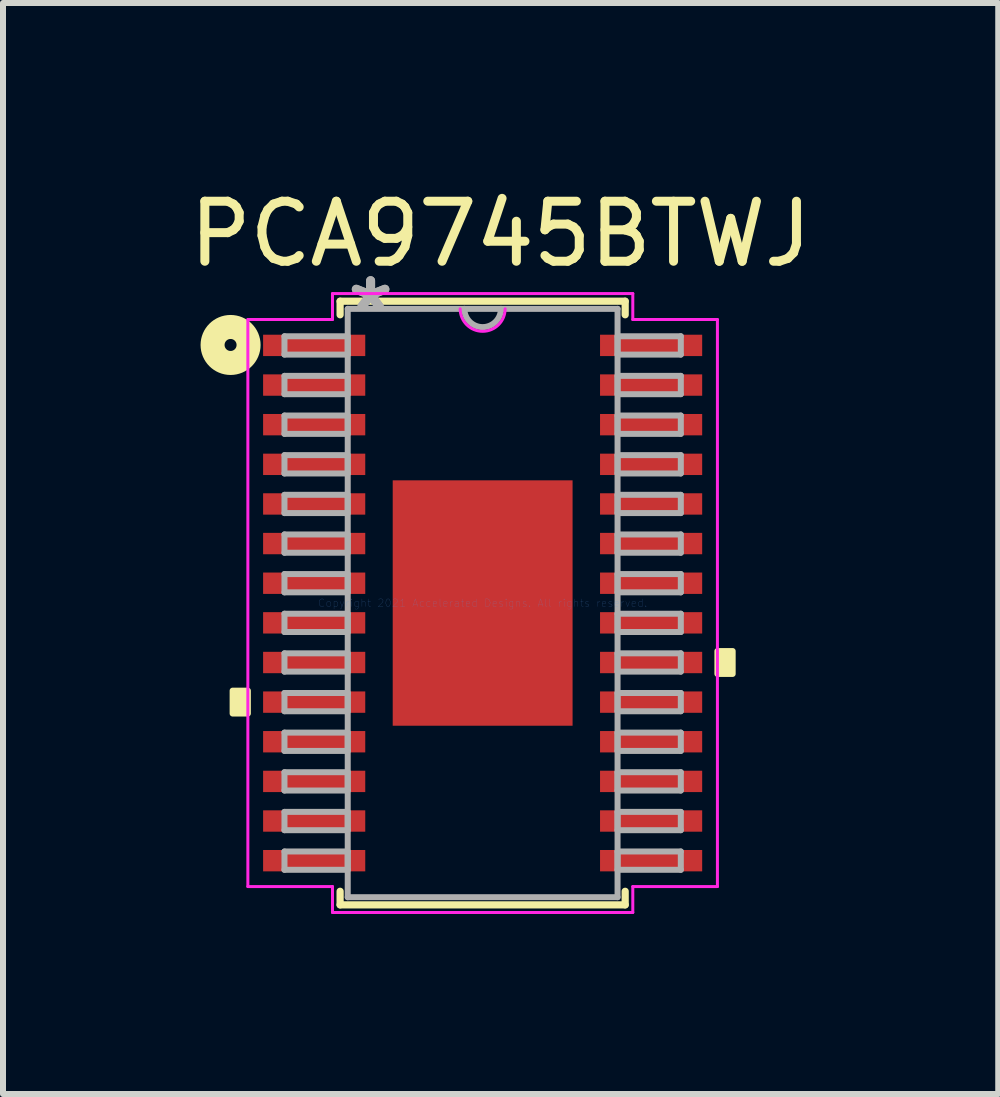
<source format=kicad_pcb>
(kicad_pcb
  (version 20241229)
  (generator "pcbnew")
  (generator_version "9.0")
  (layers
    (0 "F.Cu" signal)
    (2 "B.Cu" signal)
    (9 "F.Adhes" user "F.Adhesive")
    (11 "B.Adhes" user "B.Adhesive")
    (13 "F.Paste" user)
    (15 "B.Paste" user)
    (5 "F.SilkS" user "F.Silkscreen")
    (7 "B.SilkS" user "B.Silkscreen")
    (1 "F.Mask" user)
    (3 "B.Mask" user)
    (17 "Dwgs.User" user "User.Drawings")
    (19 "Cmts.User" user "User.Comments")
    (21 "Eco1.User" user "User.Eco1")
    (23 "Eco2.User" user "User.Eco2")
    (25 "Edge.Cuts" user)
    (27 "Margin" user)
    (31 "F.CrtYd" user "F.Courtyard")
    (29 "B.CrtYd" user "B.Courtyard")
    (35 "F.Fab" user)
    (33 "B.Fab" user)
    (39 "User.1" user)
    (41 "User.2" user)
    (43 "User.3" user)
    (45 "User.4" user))
  (footprint "PCA9745BTWJ"
    (layer "F.Cu")
    (at 4.992 6.998)
    (property "Reference" "PCA9745BTWJ" (at 0.3 -6.15 0) (layer "F.SilkS") (effects (font (size 1 1) (thickness 0.15))))
    (attr through_hole)
    (fp_line (start -2.375 -5.029) (end -2.375 -4.803) (stroke (width 0.12) (type solid)) (layer "F.SilkS"))
    (fp_line (start -2.375 4.803) (end -2.375 5.029) (stroke (width 0.12) (type solid)) (layer "F.SilkS"))
    (fp_line (start -2.375 5.029) (end 2.375 5.029) (stroke (width 0.12) (type solid)) (layer "F.SilkS"))
    (fp_line (start 2.375 -5.029) (end -2.375 -5.029) (stroke (width 0.12) (type solid)) (layer "F.SilkS"))
    (fp_line (start 2.375 -4.803) (end 2.375 -5.029) (stroke (width 0.12) (type solid)) (layer "F.SilkS"))
    (fp_line (start 2.375 5.029) (end 2.375 4.803) (stroke (width 0.12) (type solid)) (layer "F.SilkS"))
    (fp_circle (center -4.2 -4.3) (end -4.1 -4.3) (stroke (width 0.4) (type solid)) (fill no) (layer "F.SilkS"))
    (fp_poly (pts (xy -4.166 1.46) (xy -4.166 1.841) (xy -3.912 1.841) (xy -3.912 1.46)) (stroke (width 0.1) (type solid)) (fill yes) (layer "F.SilkS"))
    (fp_poly (pts (xy 4.166 0.8) (xy 4.166 1.181) (xy 3.912 1.181) (xy 3.912 0.8)) (stroke (width 0.1) (type solid)) (fill yes) (layer "F.SilkS"))
    (fp_poly (pts (xy -1.399 -1.945) (xy -1.399 -0.782) (xy -0.1 -0.782) (xy -0.1 -1.945)) (stroke (width 0.1) (type solid)) (fill yes) (layer "F.Paste"))
    (fp_poly (pts (xy -1.399 -0.582) (xy -1.399 0.582) (xy -0.1 0.582) (xy -0.1 -0.582)) (stroke (width 0.1) (type solid)) (fill yes) (layer "F.Paste"))
    (fp_poly (pts (xy -1.399 0.782) (xy -1.399 1.945) (xy -0.1 1.945) (xy -0.1 0.782)) (stroke (width 0.1) (type solid)) (fill yes) (layer "F.Paste"))
    (fp_poly (pts (xy 0.1 -1.945) (xy 0.1 -0.782) (xy 1.399 -0.782) (xy 1.399 -1.945)) (stroke (width 0.1) (type solid)) (fill yes) (layer "F.Paste"))
    (fp_poly (pts (xy 0.1 -0.582) (xy 0.1 0.582) (xy 1.399 0.582) (xy 1.399 -0.582)) (stroke (width 0.1) (type solid)) (fill yes) (layer "F.Paste"))
    (fp_poly (pts (xy 0.1 0.782) (xy 0.1 1.945) (xy 1.399 1.945) (xy 1.399 0.782)) (stroke (width 0.1) (type solid)) (fill yes) (layer "F.Paste"))
    (fp_line (start -3.912 -4.724) (end -2.502 -4.724) (stroke (width 0.05) (type solid)) (layer "F.CrtYd"))
    (fp_line (start -3.912 4.724) (end -3.912 -4.724) (stroke (width 0.05) (type solid)) (layer "F.CrtYd"))
    (fp_line (start -2.502 -5.156) (end 2.502 -5.156) (stroke (width 0.05) (type solid)) (layer "F.CrtYd"))
    (fp_line (start -2.502 -4.724) (end -2.502 -5.156) (stroke (width 0.05) (type solid)) (layer "F.CrtYd"))
    (fp_line (start -2.502 4.724) (end -3.912 4.724) (stroke (width 0.05) (type solid)) (layer "F.CrtYd"))
    (fp_line (start -2.502 5.156) (end -2.502 4.724) (stroke (width 0.05) (type solid)) (layer "F.CrtYd"))
    (fp_line (start 2.502 -5.156) (end 2.502 -4.724) (stroke (width 0.05) (type solid)) (layer "F.CrtYd"))
    (fp_line (start 2.502 -4.724) (end 3.912 -4.724) (stroke (width 0.05) (type solid)) (layer "F.CrtYd"))
    (fp_line (start 2.502 4.724) (end 2.502 5.156) (stroke (width 0.05) (type solid)) (layer "F.CrtYd"))
    (fp_line (start 2.502 5.156) (end -2.502 5.156) (stroke (width 0.05) (type solid)) (layer "F.CrtYd"))
    (fp_line (start 3.912 -4.724) (end 3.912 4.724) (stroke (width 0.05) (type solid)) (layer "F.CrtYd"))
    (fp_line (start 3.912 4.724) (end 2.502 4.724) (stroke (width 0.05) (type solid)) (layer "F.CrtYd"))
    (fp_arc (start 0.37465 -4.9022) (mid 0 -4.52755) (end -0.37465 -4.9022) (stroke (width 0.05) (type solid)) (layer "F.CrtYd"))
    (fp_line (start -3.302 -4.445) (end -3.302 -4.14) (stroke (width 0.1) (type solid)) (layer "F.Fab"))
    (fp_line (start -3.302 -4.14) (end -2.248 -4.14) (stroke (width 0.1) (type solid)) (layer "F.Fab"))
    (fp_line (start -3.302 -3.785) (end -3.302 -3.48) (stroke (width 0.1) (type solid)) (layer "F.Fab"))
    (fp_line (start -3.302 -3.48) (end -2.248 -3.48) (stroke (width 0.1) (type solid)) (layer "F.Fab"))
    (fp_line (start -3.302 -3.124) (end -3.302 -2.819) (stroke (width 0.1) (type solid)) (layer "F.Fab"))
    (fp_line (start -3.302 -2.819) (end -2.248 -2.819) (stroke (width 0.1) (type solid)) (layer "F.Fab"))
    (fp_line (start -3.302 -2.464) (end -3.302 -2.159) (stroke (width 0.1) (type solid)) (layer "F.Fab"))
    (fp_line (start -3.302 -2.159) (end -2.248 -2.159) (stroke (width 0.1) (type solid)) (layer "F.Fab"))
    (fp_line (start -3.302 -1.803) (end -3.302 -1.499) (stroke (width 0.1) (type solid)) (layer "F.Fab"))
    (fp_line (start -3.302 -1.499) (end -2.248 -1.499) (stroke (width 0.1) (type solid)) (layer "F.Fab"))
    (fp_line (start -3.302 -1.143) (end -3.302 -0.838) (stroke (width 0.1) (type solid)) (layer "F.Fab"))
    (fp_line (start -3.302 -0.838) (end -2.248 -0.838) (stroke (width 0.1) (type solid)) (layer "F.Fab"))
    (fp_line (start -3.302 -0.483) (end -3.302 -0.178) (stroke (width 0.1) (type solid)) (layer "F.Fab"))
    (fp_line (start -3.302 -0.178) (end -2.248 -0.178) (stroke (width 0.1) (type solid)) (layer "F.Fab"))
    (fp_line (start -3.302 0.178) (end -3.302 0.483) (stroke (width 0.1) (type solid)) (layer "F.Fab"))
    (fp_line (start -3.302 0.483) (end -2.248 0.483) (stroke (width 0.1) (type solid)) (layer "F.Fab"))
    (fp_line (start -3.302 0.838) (end -3.302 1.143) (stroke (width 0.1) (type solid)) (layer "F.Fab"))
    (fp_line (start -3.302 1.143) (end -2.248 1.143) (stroke (width 0.1) (type solid)) (layer "F.Fab"))
    (fp_line (start -3.302 1.499) (end -3.302 1.803) (stroke (width 0.1) (type solid)) (layer "F.Fab"))
    (fp_line (start -3.302 1.803) (end -2.248 1.803) (stroke (width 0.1) (type solid)) (layer "F.Fab"))
    (fp_line (start -3.302 2.159) (end -3.302 2.464) (stroke (width 0.1) (type solid)) (layer "F.Fab"))
    (fp_line (start -3.302 2.464) (end -2.248 2.464) (stroke (width 0.1) (type solid)) (layer "F.Fab"))
    (fp_line (start -3.302 2.819) (end -3.302 3.124) (stroke (width 0.1) (type solid)) (layer "F.Fab"))
    (fp_line (start -3.302 3.124) (end -2.248 3.124) (stroke (width 0.1) (type solid)) (layer "F.Fab"))
    (fp_line (start -3.302 3.48) (end -3.302 3.785) (stroke (width 0.1) (type solid)) (layer "F.Fab"))
    (fp_line (start -3.302 3.785) (end -2.248 3.785) (stroke (width 0.1) (type solid)) (layer "F.Fab"))
    (fp_line (start -3.302 4.14) (end -3.302 4.445) (stroke (width 0.1) (type solid)) (layer "F.Fab"))
    (fp_line (start -3.302 4.445) (end -2.248 4.445) (stroke (width 0.1) (type solid)) (layer "F.Fab"))
    (fp_line (start -2.248 -4.902) (end -2.248 4.902) (stroke (width 0.1) (type solid)) (layer "F.Fab"))
    (fp_line (start -2.248 -4.445) (end -3.302 -4.445) (stroke (width 0.1) (type solid)) (layer "F.Fab"))
    (fp_line (start -2.248 -4.14) (end -2.248 -4.445) (stroke (width 0.1) (type solid)) (layer "F.Fab"))
    (fp_line (start -2.248 -3.785) (end -3.302 -3.785) (stroke (width 0.1) (type solid)) (layer "F.Fab"))
    (fp_line (start -2.248 -3.48) (end -2.248 -3.785) (stroke (width 0.1) (type solid)) (layer "F.Fab"))
    (fp_line (start -2.248 -3.124) (end -3.302 -3.124) (stroke (width 0.1) (type solid)) (layer "F.Fab"))
    (fp_line (start -2.248 -2.819) (end -2.248 -3.124) (stroke (width 0.1) (type solid)) (layer "F.Fab"))
    (fp_line (start -2.248 -2.464) (end -3.302 -2.464) (stroke (width 0.1) (type solid)) (layer "F.Fab"))
    (fp_line (start -2.248 -2.159) (end -2.248 -2.464) (stroke (width 0.1) (type solid)) (layer "F.Fab"))
    (fp_line (start -2.248 -1.803) (end -3.302 -1.803) (stroke (width 0.1) (type solid)) (layer "F.Fab"))
    (fp_line (start -2.248 -1.499) (end -2.248 -1.803) (stroke (width 0.1) (type solid)) (layer "F.Fab"))
    (fp_line (start -2.248 -1.143) (end -3.302 -1.143) (stroke (width 0.1) (type solid)) (layer "F.Fab"))
    (fp_line (start -2.248 -0.838) (end -2.248 -1.143) (stroke (width 0.1) (type solid)) (layer "F.Fab"))
    (fp_line (start -2.248 -0.483) (end -3.302 -0.483) (stroke (width 0.1) (type solid)) (layer "F.Fab"))
    (fp_line (start -2.248 -0.178) (end -2.248 -0.483) (stroke (width 0.1) (type solid)) (layer "F.Fab"))
    (fp_line (start -2.248 0.178) (end -3.302 0.178) (stroke (width 0.1) (type solid)) (layer "F.Fab"))
    (fp_line (start -2.248 0.483) (end -2.248 0.178) (stroke (width 0.1) (type solid)) (layer "F.Fab"))
    (fp_line (start -2.248 0.838) (end -3.302 0.838) (stroke (width 0.1) (type solid)) (layer "F.Fab"))
    (fp_line (start -2.248 1.143) (end -2.248 0.838) (stroke (width 0.1) (type solid)) (layer "F.Fab"))
    (fp_line (start -2.248 1.499) (end -3.302 1.499) (stroke (width 0.1) (type solid)) (layer "F.Fab"))
    (fp_line (start -2.248 1.803) (end -2.248 1.499) (stroke (width 0.1) (type solid)) (layer "F.Fab"))
    (fp_line (start -2.248 2.159) (end -3.302 2.159) (stroke (width 0.1) (type solid)) (layer "F.Fab"))
    (fp_line (start -2.248 2.464) (end -2.248 2.159) (stroke (width 0.1) (type solid)) (layer "F.Fab"))
    (fp_line (start -2.248 2.819) (end -3.302 2.819) (stroke (width 0.1) (type solid)) (layer "F.Fab"))
    (fp_line (start -2.248 3.124) (end -2.248 2.819) (stroke (width 0.1) (type solid)) (layer "F.Fab"))
    (fp_line (start -2.248 3.48) (end -3.302 3.48) (stroke (width 0.1) (type solid)) (layer "F.Fab"))
    (fp_line (start -2.248 3.785) (end -2.248 3.48) (stroke (width 0.1) (type solid)) (layer "F.Fab"))
    (fp_line (start -2.248 4.14) (end -3.302 4.14) (stroke (width 0.1) (type solid)) (layer "F.Fab"))
    (fp_line (start -2.248 4.445) (end -2.248 4.14) (stroke (width 0.1) (type solid)) (layer "F.Fab"))
    (fp_line (start -2.248 4.902) (end 2.248 4.902) (stroke (width 0.1) (type solid)) (layer "F.Fab"))
    (fp_line (start 2.248 -4.902) (end -2.248 -4.902) (stroke (width 0.1) (type solid)) (layer "F.Fab"))
    (fp_line (start 2.248 -4.445) (end 2.248 -4.14) (stroke (width 0.1) (type solid)) (layer "F.Fab"))
    (fp_line (start 2.248 -4.14) (end 3.302 -4.14) (stroke (width 0.1) (type solid)) (layer "F.Fab"))
    (fp_line (start 2.248 -3.785) (end 2.248 -3.48) (stroke (width 0.1) (type solid)) (layer "F.Fab"))
    (fp_line (start 2.248 -3.48) (end 3.302 -3.48) (stroke (width 0.1) (type solid)) (layer "F.Fab"))
    (fp_line (start 2.248 -3.124) (end 2.248 -2.819) (stroke (width 0.1) (type solid)) (layer "F.Fab"))
    (fp_line (start 2.248 -2.819) (end 3.302 -2.819) (stroke (width 0.1) (type solid)) (layer "F.Fab"))
    (fp_line (start 2.248 -2.464) (end 2.248 -2.159) (stroke (width 0.1) (type solid)) (layer "F.Fab"))
    (fp_line (start 2.248 -2.159) (end 3.302 -2.159) (stroke (width 0.1) (type solid)) (layer "F.Fab"))
    (fp_line (start 2.248 -1.803) (end 2.248 -1.499) (stroke (width 0.1) (type solid)) (layer "F.Fab"))
    (fp_line (start 2.248 -1.499) (end 3.302 -1.499) (stroke (width 0.1) (type solid)) (layer "F.Fab"))
    (fp_line (start 2.248 -1.143) (end 2.248 -0.838) (stroke (width 0.1) (type solid)) (layer "F.Fab"))
    (fp_line (start 2.248 -0.838) (end 3.302 -0.838) (stroke (width 0.1) (type solid)) (layer "F.Fab"))
    (fp_line (start 2.248 -0.483) (end 2.248 -0.178) (stroke (width 0.1) (type solid)) (layer "F.Fab"))
    (fp_line (start 2.248 -0.178) (end 3.302 -0.178) (stroke (width 0.1) (type solid)) (layer "F.Fab"))
    (fp_line (start 2.248 0.178) (end 2.248 0.483) (stroke (width 0.1) (type solid)) (layer "F.Fab"))
    (fp_line (start 2.248 0.483) (end 3.302 0.483) (stroke (width 0.1) (type solid)) (layer "F.Fab"))
    (fp_line (start 2.248 0.838) (end 2.248 1.143) (stroke (width 0.1) (type solid)) (layer "F.Fab"))
    (fp_line (start 2.248 1.143) (end 3.302 1.143) (stroke (width 0.1) (type solid)) (layer "F.Fab"))
    (fp_line (start 2.248 1.499) (end 2.248 1.803) (stroke (width 0.1) (type solid)) (layer "F.Fab"))
    (fp_line (start 2.248 1.803) (end 3.302 1.803) (stroke (width 0.1) (type solid)) (layer "F.Fab"))
    (fp_line (start 2.248 2.159) (end 2.248 2.464) (stroke (width 0.1) (type solid)) (layer "F.Fab"))
    (fp_line (start 2.248 2.464) (end 3.302 2.464) (stroke (width 0.1) (type solid)) (layer "F.Fab"))
    (fp_line (start 2.248 2.819) (end 2.248 3.124) (stroke (width 0.1) (type solid)) (layer "F.Fab"))
    (fp_line (start 2.248 3.124) (end 3.302 3.124) (stroke (width 0.1) (type solid)) (layer "F.Fab"))
    (fp_line (start 2.248 3.48) (end 2.248 3.785) (stroke (width 0.1) (type solid)) (layer "F.Fab"))
    (fp_line (start 2.248 3.785) (end 3.302 3.785) (stroke (width 0.1) (type solid)) (layer "F.Fab"))
    (fp_line (start 2.248 4.14) (end 2.248 4.445) (stroke (width 0.1) (type solid)) (layer "F.Fab"))
    (fp_line (start 2.248 4.445) (end 3.302 4.445) (stroke (width 0.1) (type solid)) (layer "F.Fab"))
    (fp_line (start 2.248 4.902) (end 2.248 -4.902) (stroke (width 0.1) (type solid)) (layer "F.Fab"))
    (fp_line (start 3.302 -4.445) (end 2.248 -4.445) (stroke (width 0.1) (type solid)) (layer "F.Fab"))
    (fp_line (start 3.302 -4.14) (end 3.302 -4.445) (stroke (width 0.1) (type solid)) (layer "F.Fab"))
    (fp_line (start 3.302 -3.785) (end 2.248 -3.785) (stroke (width 0.1) (type solid)) (layer "F.Fab"))
    (fp_line (start 3.302 -3.48) (end 3.302 -3.785) (stroke (width 0.1) (type solid)) (layer "F.Fab"))
    (fp_line (start 3.302 -3.124) (end 2.248 -3.124) (stroke (width 0.1) (type solid)) (layer "F.Fab"))
    (fp_line (start 3.302 -2.819) (end 3.302 -3.124) (stroke (width 0.1) (type solid)) (layer "F.Fab"))
    (fp_line (start 3.302 -2.464) (end 2.248 -2.464) (stroke (width 0.1) (type solid)) (layer "F.Fab"))
    (fp_line (start 3.302 -2.159) (end 3.302 -2.464) (stroke (width 0.1) (type solid)) (layer "F.Fab"))
    (fp_line (start 3.302 -1.803) (end 2.248 -1.803) (stroke (width 0.1) (type solid)) (layer "F.Fab"))
    (fp_line (start 3.302 -1.499) (end 3.302 -1.803) (stroke (width 0.1) (type solid)) (layer "F.Fab"))
    (fp_line (start 3.302 -1.143) (end 2.248 -1.143) (stroke (width 0.1) (type solid)) (layer "F.Fab"))
    (fp_line (start 3.302 -0.838) (end 3.302 -1.143) (stroke (width 0.1) (type solid)) (layer "F.Fab"))
    (fp_line (start 3.302 -0.483) (end 2.248 -0.483) (stroke (width 0.1) (type solid)) (layer "F.Fab"))
    (fp_line (start 3.302 -0.178) (end 3.302 -0.483) (stroke (width 0.1) (type solid)) (layer "F.Fab"))
    (fp_line (start 3.302 0.178) (end 2.248 0.178) (stroke (width 0.1) (type solid)) (layer "F.Fab"))
    (fp_line (start 3.302 0.483) (end 3.302 0.178) (stroke (width 0.1) (type solid)) (layer "F.Fab"))
    (fp_line (start 3.302 0.838) (end 2.248 0.838) (stroke (width 0.1) (type solid)) (layer "F.Fab"))
    (fp_line (start 3.302 1.143) (end 3.302 0.838) (stroke (width 0.1) (type solid)) (layer "F.Fab"))
    (fp_line (start 3.302 1.499) (end 2.248 1.499) (stroke (width 0.1) (type solid)) (layer "F.Fab"))
    (fp_line (start 3.302 1.803) (end 3.302 1.499) (stroke (width 0.1) (type solid)) (layer "F.Fab"))
    (fp_line (start 3.302 2.159) (end 2.248 2.159) (stroke (width 0.1) (type solid)) (layer "F.Fab"))
    (fp_line (start 3.302 2.464) (end 3.302 2.159) (stroke (width 0.1) (type solid)) (layer "F.Fab"))
    (fp_line (start 3.302 2.819) (end 2.248 2.819) (stroke (width 0.1) (type solid)) (layer "F.Fab"))
    (fp_line (start 3.302 3.124) (end 3.302 2.819) (stroke (width 0.1) (type solid)) (layer "F.Fab"))
    (fp_line (start 3.302 3.48) (end 2.248 3.48) (stroke (width 0.1) (type solid)) (layer "F.Fab"))
    (fp_line (start 3.302 3.785) (end 3.302 3.48) (stroke (width 0.1) (type solid)) (layer "F.Fab"))
    (fp_line (start 3.302 4.14) (end 2.248 4.14) (stroke (width 0.1) (type solid)) (layer "F.Fab"))
    (fp_line (start 3.302 4.445) (end 3.302 4.14) (stroke (width 0.1) (type solid)) (layer "F.Fab"))
    (fp_arc (start 0.3048 -4.9022) (mid 0 -4.5974) (end -0.3048 -4.9022) (stroke (width 0.1) (type solid)) (layer "F.Fab"))
    (fp_text user "Copyright 2021 Accelerated Designs. All rights reserved." (at 0 0 0) (layer "Cmts.User") (effects (font (size 0.127 0.127) (thickness 0.002))))
    (fp_text user "*" (at -1.867 -4.826 0) (layer "F.Fab") (effects (font (size 1 1) (thickness 0.15))))
    (fp_text user "*" (at -1.867 -4.826 0) (layer "F.Fab") (effects (font (size 1 1) (thickness 0.15))))
    (pad "1" smd rect (at -2.807 -4.293) (size 1.702 0.356) (layers "F.Cu" "F.Mask" "F.Paste"))
    (pad "2" smd rect (at -2.807 -3.632) (size 1.702 0.356) (layers "F.Cu" "F.Mask" "F.Paste"))
    (pad "3" smd rect (at -2.807 -2.972) (size 1.702 0.356) (layers "F.Cu" "F.Mask" "F.Paste"))
    (pad "4" smd rect (at -2.807 -2.311) (size 1.702 0.356) (layers "F.Cu" "F.Mask" "F.Paste"))
    (pad "5" smd rect (at -2.807 -1.651) (size 1.702 0.356) (layers "F.Cu" "F.Mask" "F.Paste"))
    (pad "6" smd rect (at -2.807 -0.991) (size 1.702 0.356) (layers "F.Cu" "F.Mask" "F.Paste"))
    (pad "7" smd rect (at -2.807 -0.33) (size 1.702 0.356) (layers "F.Cu" "F.Mask" "F.Paste"))
    (pad "8" smd rect (at -2.807 0.33) (size 1.702 0.356) (layers "F.Cu" "F.Mask" "F.Paste"))
    (pad "9" smd rect (at -2.807 0.991) (size 1.702 0.356) (layers "F.Cu" "F.Mask" "F.Paste"))
    (pad "10" smd rect (at -2.807 1.651) (size 1.702 0.356) (layers "F.Cu" "F.Mask" "F.Paste"))
    (pad "11" smd rect (at -2.807 2.311) (size 1.702 0.356) (layers "F.Cu" "F.Mask" "F.Paste"))
    (pad "12" smd rect (at -2.807 2.972) (size 1.702 0.356) (layers "F.Cu" "F.Mask" "F.Paste"))
    (pad "13" smd rect (at -2.807 3.632) (size 1.702 0.356) (layers "F.Cu" "F.Mask" "F.Paste"))
    (pad "14" smd rect (at -2.807 4.293) (size 1.702 0.356) (layers "F.Cu" "F.Mask" "F.Paste"))
    (pad "15" smd rect (at 2.807 4.293) (size 1.702 0.356) (layers "F.Cu" "F.Mask" "F.Paste"))
    (pad "16" smd rect (at 2.807 3.632) (size 1.702 0.356) (layers "F.Cu" "F.Mask" "F.Paste"))
    (pad "17" smd rect (at 2.807 2.972) (size 1.702 0.356) (layers "F.Cu" "F.Mask" "F.Paste"))
    (pad "18" smd rect (at 2.807 2.311) (size 1.702 0.356) (layers "F.Cu" "F.Mask" "F.Paste"))
    (pad "19" smd rect (at 2.807 1.651) (size 1.702 0.356) (layers "F.Cu" "F.Mask" "F.Paste"))
    (pad "20" smd rect (at 2.807 0.991) (size 1.702 0.356) (layers "F.Cu" "F.Mask" "F.Paste"))
    (pad "21" smd rect (at 2.807 0.33) (size 1.702 0.356) (layers "F.Cu" "F.Mask" "F.Paste"))
    (pad "22" smd rect (at 2.807 -0.33) (size 1.702 0.356) (layers "F.Cu" "F.Mask" "F.Paste"))
    (pad "23" smd rect (at 2.807 -0.991) (size 1.702 0.356) (layers "F.Cu" "F.Mask" "F.Paste"))
    (pad "24" smd rect (at 2.807 -1.651) (size 1.702 0.356) (layers "F.Cu" "F.Mask" "F.Paste"))
    (pad "25" smd rect (at 2.807 -2.311) (size 1.702 0.356) (layers "F.Cu" "F.Mask" "F.Paste"))
    (pad "26" smd rect (at 2.807 -2.972) (size 1.702 0.356) (layers "F.Cu" "F.Mask" "F.Paste"))
    (pad "27" smd rect (at 2.807 -3.632) (size 1.702 0.356) (layers "F.Cu" "F.Mask" "F.Paste"))
    (pad "28" smd rect (at 2.807 -4.293) (size 1.702 0.356) (layers "F.Cu" "F.Mask" "F.Paste"))
    (pad "EPAD" smd rect (at 0 0) (size 2.997 4.089) (layers "F.Cu" "F.Mask")))
  (gr_rect
    (start -3 -3)
    (end 13.583 15.179)
    (stroke (width 0.1) (type default))
    (fill no)
    (layer "Edge.Cuts")))
</source>
